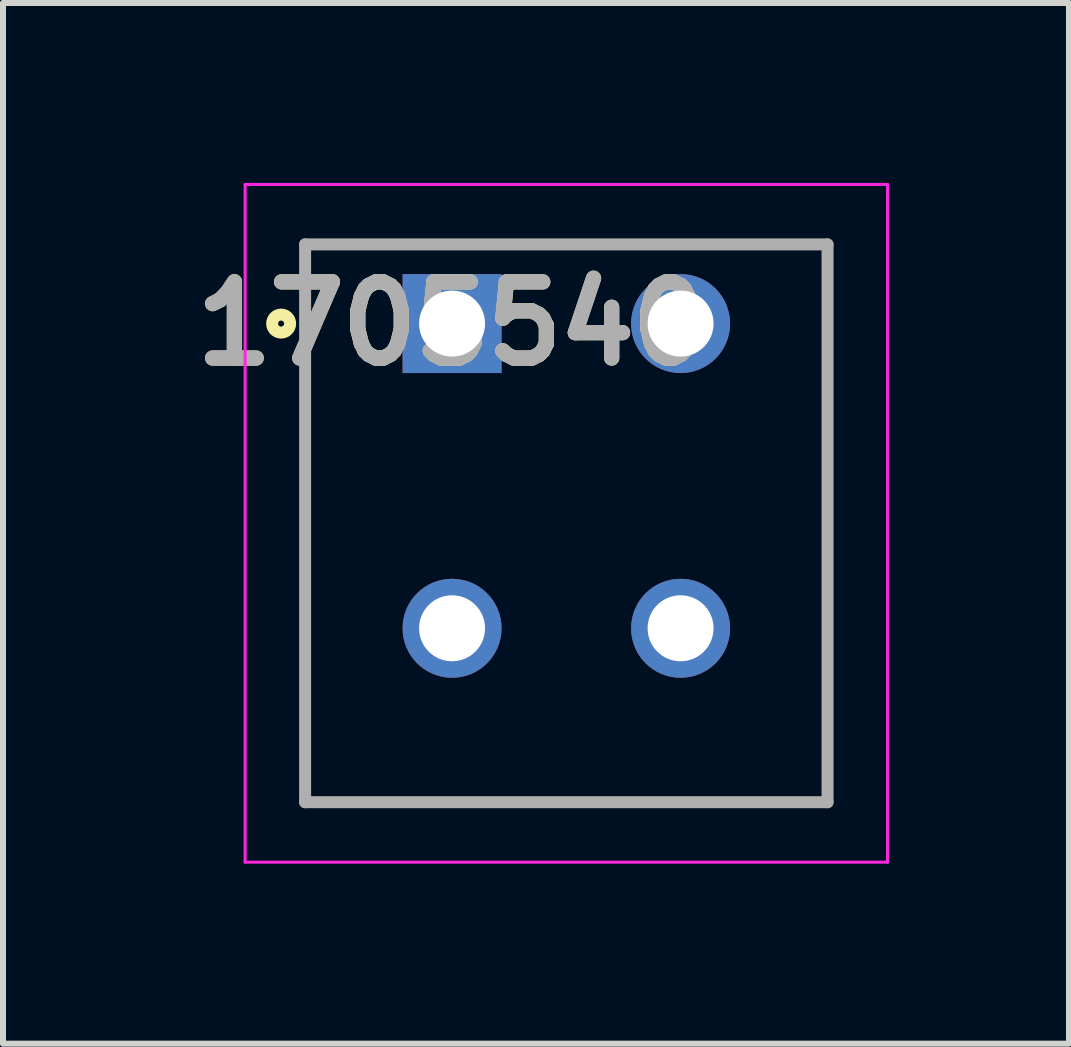
<source format=kicad_pcb>
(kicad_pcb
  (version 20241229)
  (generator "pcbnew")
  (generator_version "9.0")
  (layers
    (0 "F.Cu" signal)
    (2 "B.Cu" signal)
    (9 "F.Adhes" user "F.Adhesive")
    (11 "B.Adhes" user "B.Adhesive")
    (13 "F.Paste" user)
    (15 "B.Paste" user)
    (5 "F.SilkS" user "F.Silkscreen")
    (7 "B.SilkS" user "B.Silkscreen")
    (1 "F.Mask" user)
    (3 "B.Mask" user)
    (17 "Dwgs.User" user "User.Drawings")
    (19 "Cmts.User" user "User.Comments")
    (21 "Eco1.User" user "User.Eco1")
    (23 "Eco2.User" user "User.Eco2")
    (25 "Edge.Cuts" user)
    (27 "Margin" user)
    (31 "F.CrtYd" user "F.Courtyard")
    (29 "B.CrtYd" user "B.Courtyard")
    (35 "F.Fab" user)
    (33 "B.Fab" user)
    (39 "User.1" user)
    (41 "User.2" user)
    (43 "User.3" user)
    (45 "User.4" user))
  (footprint "1705540"
    (layer "F.Cu")
    (at 4.487 2.345)
    (property "Reference" "1705540" (at 0 0 0) (layer "F.SilkS") (effects (font (size 1.27 1.27) (thickness 0.254))))
    (attr through_hole)
    (fp_line (start -2.45 -1.32) (end 6.26 -1.32) (stroke (width 0.1) (type solid)) (layer "F.SilkS"))
    (fp_line (start -2.45 7.98) (end -2.45 -1.32) (stroke (width 0.1) (type solid)) (layer "F.SilkS"))
    (fp_line (start 6.26 -1.32) (end 6.26 7.98) (stroke (width 0.1) (type solid)) (layer "F.SilkS"))
    (fp_line (start 6.26 7.98) (end -2.45 7.98) (stroke (width 0.1) (type solid)) (layer "F.SilkS"))
    (fp_circle (center -2.85 0) (end -2.85 0.05) (stroke (width 0.2) (type solid)) (fill no) (layer "F.SilkS"))
    (fp_line (start -3.45 -2.32) (end 7.26 -2.32) (stroke (width 0.05) (type solid)) (layer "F.CrtYd"))
    (fp_line (start -3.45 8.98) (end -3.45 -2.32) (stroke (width 0.05) (type solid)) (layer "F.CrtYd"))
    (fp_line (start 7.26 -2.32) (end 7.26 8.98) (stroke (width 0.05) (type solid)) (layer "F.CrtYd"))
    (fp_line (start 7.26 8.98) (end -3.45 8.98) (stroke (width 0.05) (type solid)) (layer "F.CrtYd"))
    (fp_line (start -2.45 -1.32) (end 6.26 -1.32) (stroke (width 0.2) (type solid)) (layer "F.Fab"))
    (fp_line (start -2.45 7.98) (end -2.45 -1.32) (stroke (width 0.2) (type solid)) (layer "F.Fab"))
    (fp_line (start 6.26 -1.32) (end 6.26 7.98) (stroke (width 0.2) (type solid)) (layer "F.Fab"))
    (fp_line (start 6.26 7.98) (end -2.45 7.98) (stroke (width 0.2) (type solid)) (layer "F.Fab"))
    (fp_text user "${REFERENCE}" (at 0 0 0) (layer "F.Fab") (effects (font (size 1.27 1.27) (thickness 0.254))))
    (pad "1" thru_hole rect (at 0 0) (size 1.65 1.65) (drill 1.1) (layers "*.Cu" "*.Mask"))
    (pad "2" thru_hole circle (at 0 5.08) (size 1.65 1.65) (drill 1.1) (layers "*.Cu" "*.Mask"))
    (pad "3" thru_hole circle (at 3.81 0) (size 1.65 1.65) (drill 1.1) (layers "*.Cu" "*.Mask"))
    (pad "4" thru_hole circle (at 3.81 5.08) (size 1.65 1.65) (drill 1.1) (layers "*.Cu" "*.Mask")))
  (gr_rect
    (start -3 -3)
    (end 14.772 14.35)
    (stroke (width 0.1) (type default))
    (fill no)
    (layer "Edge.Cuts")))
</source>
